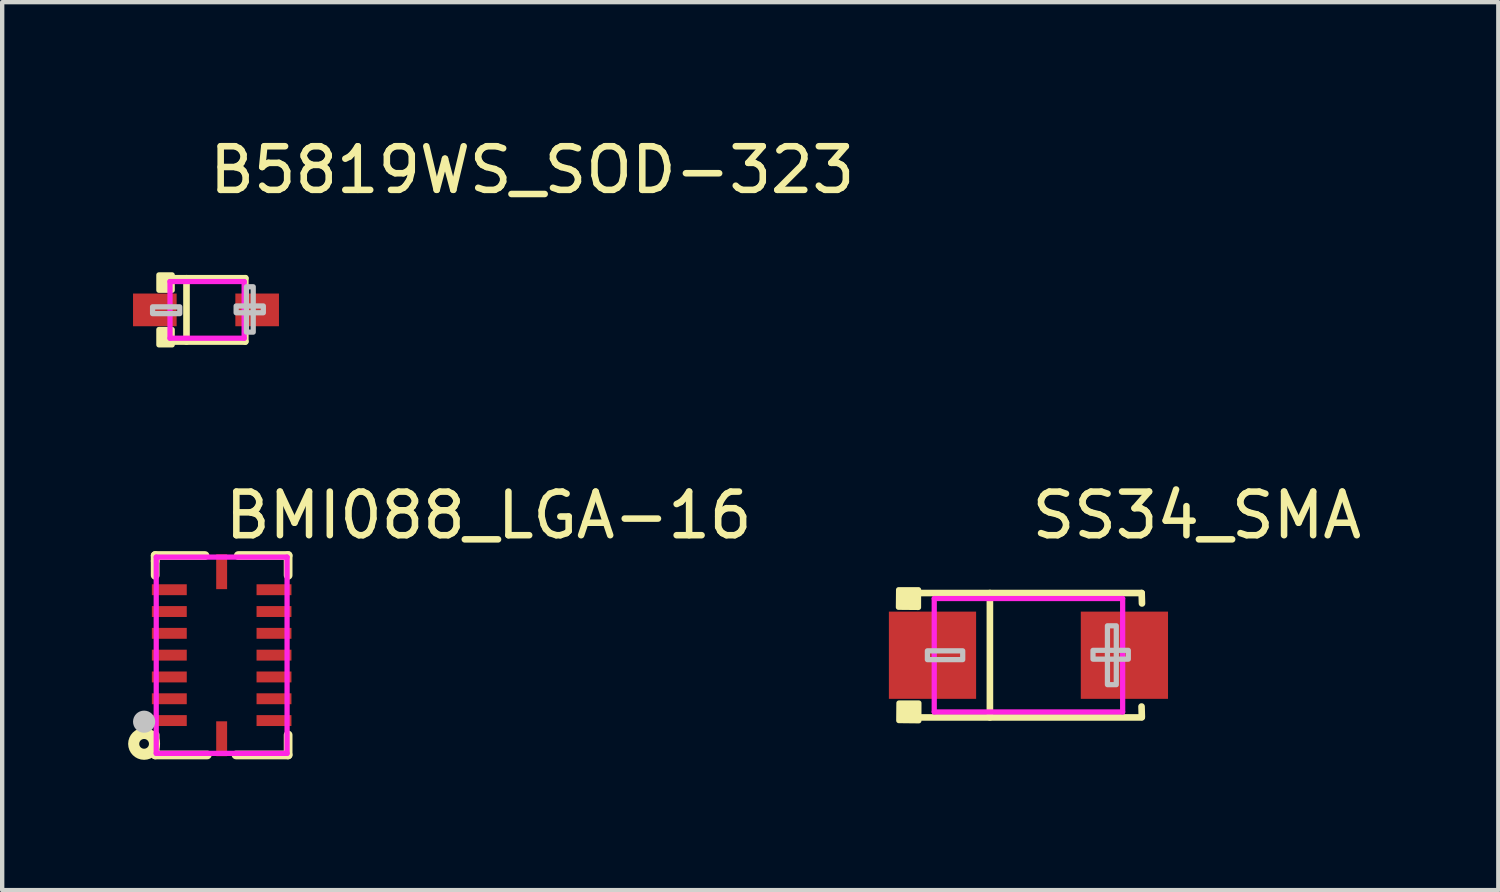
<source format=kicad_pcb>
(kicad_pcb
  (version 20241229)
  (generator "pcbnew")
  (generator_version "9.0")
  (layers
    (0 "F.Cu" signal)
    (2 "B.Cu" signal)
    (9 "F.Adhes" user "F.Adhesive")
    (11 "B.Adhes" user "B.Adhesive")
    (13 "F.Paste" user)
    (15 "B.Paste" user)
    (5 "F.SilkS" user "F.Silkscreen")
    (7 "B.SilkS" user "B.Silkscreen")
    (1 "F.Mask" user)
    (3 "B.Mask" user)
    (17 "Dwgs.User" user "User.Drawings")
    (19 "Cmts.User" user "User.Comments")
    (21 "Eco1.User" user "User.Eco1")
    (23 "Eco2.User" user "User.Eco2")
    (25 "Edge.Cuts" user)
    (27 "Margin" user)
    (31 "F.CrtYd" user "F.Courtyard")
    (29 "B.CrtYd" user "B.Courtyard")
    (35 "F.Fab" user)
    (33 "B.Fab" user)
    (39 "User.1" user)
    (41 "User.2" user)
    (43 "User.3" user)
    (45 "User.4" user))
  (footprint "B5819WS_SOD-323"
    (layer "F.Cu")
    (at 1.673 4.055)
    (property "Reference" "B5819WS_SOD-323" (at 0 -3.207 0) (layer "F.SilkS") (effects (font (size 1 1) (thickness 0.15)) (justify left)))
    (attr through_hole)
    (fp_line (start -0.851 -0.726) (end 0.901 -0.726) (stroke (width 0.152) (type solid)) (layer "F.SilkS"))
    (fp_line (start -0.851 0.726) (end 0.901 0.726) (stroke (width 0.152) (type solid)) (layer "F.SilkS"))
    (fp_line (start -0.447 -0.726) (end -0.447 0.726) (stroke (width 0.152) (type solid)) (layer "F.SilkS"))
    (fp_line (start 0.901 -0.726) (end 0.901 -0.53) (stroke (width 0.152) (type solid)) (layer "F.SilkS"))
    (fp_line (start 0.901 0.726) (end 0.901 0.52) (stroke (width 0.152) (type solid)) (layer "F.SilkS"))
    (fp_poly (pts (xy -0.775 -0.802) (xy -0.775 -0.45) (xy -1.08 -0.45) (xy -1.08 -0.802)) (stroke (width 0.12) (type solid)) (fill yes) (layer "F.SilkS"))
    (fp_poly (pts (xy -0.775 0.802) (xy -0.775 0.45) (xy -1.08 0.45) (xy -1.08 0.802)) (stroke (width 0.12) (type solid)) (fill yes) (layer "F.SilkS"))
    (fp_poly (pts (xy -1.225 -0.07) (xy -1.225 0.086) (xy -0.601 0.086) (xy -0.601 -0.07)) (stroke (width 0.12) (type solid)) (fill no) (layer "Dwgs.User"))
    (fp_poly (pts (xy 1.083 -0.53) (xy 1.083 0.51) (xy 0.927 0.51) (xy 0.927 -0.53)) (stroke (width 0.12) (type solid)) (fill no) (layer "Dwgs.User"))
    (fp_poly (pts (xy 1.315 -0.09) (xy 1.315 0.066) (xy 0.691 0.066) (xy 0.691 -0.09)) (stroke (width 0.12) (type solid)) (fill no) (layer "Dwgs.User"))
    (fp_line (start -0.935 -0.16) (end -0.815 -0.16) (stroke (width 0.12) (type solid)) (layer "Eco2.User"))
    (fp_line (start -0.935 0.16) (end -0.935 -0.16) (stroke (width 0.12) (type solid)) (layer "Eco2.User"))
    (fp_line (start -0.815 -0.16) (end -0.815 0.16) (stroke (width 0.12) (type solid)) (layer "Eco2.User"))
    (fp_line (start -0.815 0.16) (end -0.935 0.16) (stroke (width 0.12) (type solid)) (layer "Eco2.User"))
    (fp_line (start 0.865 -0.16) (end 0.985 -0.16) (stroke (width 0.12) (type solid)) (layer "Eco2.User"))
    (fp_line (start 0.865 0.16) (end 0.865 -0.16) (stroke (width 0.12) (type solid)) (layer "Eco2.User"))
    (fp_line (start 0.985 -0.16) (end 0.985 0.16) (stroke (width 0.12) (type solid)) (layer "Eco2.User"))
    (fp_line (start 0.985 0.16) (end 0.865 0.16) (stroke (width 0.12) (type solid)) (layer "Eco2.User"))
    (fp_circle (center -1.225 0.65) (end -1.195 0.65) (stroke (width 0.06) (type solid)) (fill no) (layer "Eco2.User"))
    (fp_poly (pts (xy -0.925 -0.16) (xy -0.925 0.16) (xy -1.225 0.16) (xy -1.225 -0.16)) (stroke (width 0.12) (type solid)) (fill no) (layer "Eco2.User"))
    (fp_poly (pts (xy 1.275 -0.16) (xy 1.275 0.16) (xy 0.975 0.16) (xy 0.975 -0.16)) (stroke (width 0.12) (type solid)) (fill no) (layer "Eco2.User"))
    (fp_line (start -0.825 -0.65) (end 0.875 -0.65) (stroke (width 0.12) (type solid)) (layer "F.CrtYd"))
    (fp_line (start -0.825 0.65) (end -0.825 -0.65) (stroke (width 0.12) (type solid)) (layer "F.CrtYd"))
    (fp_line (start 0.875 -0.65) (end 0.875 0.65) (stroke (width 0.12) (type solid)) (layer "F.CrtYd"))
    (fp_line (start 0.875 0.65) (end -0.825 0.65) (stroke (width 0.12) (type solid)) (layer "F.CrtYd"))
    (pad "1" smd rect (at -1.173 0) (size 1 0.75) (layers "F.Cu" "F.Mask" "F.Paste"))
    (pad "2" smd rect (at 1.173 0) (size 1 0.75) (layers "F.Cu" "F.Mask" "F.Paste")))
  (footprint "SS34_SMA"
    (layer "F.Cu")
    (at 20.53 11.973)
    (property "Reference" "SS34_SMA" (at 0 -3.207 0) (layer "F.SilkS") (effects (font (size 1 1) (thickness 0.15)) (justify left)))
    (attr through_hole)
    (fp_line (start -2.596 -1.426) (end 2.596 -1.426) (stroke (width 0.152) (type solid)) (layer "F.SilkS"))
    (fp_line (start -2.596 1.426) (end 2.596 1.426) (stroke (width 0.152) (type solid)) (layer "F.SilkS"))
    (fp_line (start -0.884 -1.426) (end -0.884 1.426) (stroke (width 0.152) (type solid)) (layer "F.SilkS"))
    (fp_line (start 2.593 1.176) (end 2.6 1.415) (stroke (width 0.152) (type solid)) (layer "F.SilkS"))
    (fp_line (start 2.596 -1.426) (end 2.603 -1.187) (stroke (width 0.152) (type solid)) (layer "F.SilkS"))
    (fp_poly (pts (xy -2.52 -1.502) (xy -2.521 -1.096) (xy -2.981 -1.1) (xy -2.977 -1.502)) (stroke (width 0.12) (type solid)) (fill yes) (layer "F.SilkS"))
    (fp_poly (pts (xy -2.512 1.096) (xy -2.513 1.503) (xy -2.973 1.498) (xy -2.969 1.096)) (stroke (width 0.12) (type solid)) (fill yes) (layer "F.SilkS"))
    (fp_poly (pts (xy -2.317 0.101) (xy -2.317 -0.101) (xy -1.507 -0.101) (xy -1.507 0.101)) (stroke (width 0.12) (type solid)) (fill no) (layer "Dwgs.User"))
    (fp_poly (pts (xy 2.014 0.675) (xy 2.014 -0.675) (xy 1.811 -0.675) (xy 1.811 0.675)) (stroke (width 0.12) (type solid)) (fill no) (layer "Dwgs.User"))
    (fp_poly (pts (xy 2.29 0.09) (xy 2.29 -0.112) (xy 1.48 -0.112) (xy 1.48 0.09)) (stroke (width 0.12) (type solid)) (fill no) (layer "Dwgs.User"))
    (fp_circle (center -2.605 1.3) (end -2.575 1.3) (stroke (width 0.06) (type solid)) (fill no) (layer "Eco2.User"))
    (fp_poly (pts (xy -1.48 -0.725) (xy -1.48 0.725) (xy -2.605 0.725) (xy -2.605 -0.725)) (stroke (width 0.12) (type solid)) (fill no) (layer "Eco2.User"))
    (fp_poly (pts (xy 2.605 -0.725) (xy 2.605 0.725) (xy 1.48 0.725) (xy 1.48 -0.725)) (stroke (width 0.12) (type solid)) (fill no) (layer "Eco2.User"))
    (fp_line (start -2.16 -1.3) (end 2.16 -1.3) (stroke (width 0.12) (type solid)) (layer "F.CrtYd"))
    (fp_line (start -2.16 1.3) (end -2.16 -1.3) (stroke (width 0.12) (type solid)) (layer "F.CrtYd"))
    (fp_line (start 2.16 -1.3) (end 2.16 1.3) (stroke (width 0.12) (type solid)) (layer "F.CrtYd"))
    (fp_line (start 2.16 1.3) (end -2.16 1.3) (stroke (width 0.12) (type solid)) (layer "F.CrtYd"))
    (pad "1" smd rect (at -2.2 0 180) (size 2 2) (layers "F.Cu" "F.Mask" "F.Paste"))
    (pad "2" smd rect (at 2.2 0 180) (size 2 2) (layers "F.Cu" "F.Mask" "F.Paste")))
  (footprint "BMI088_LGA-16"
    (layer "F.Cu")
    (at 2.032 11.973)
    (property "Reference" "BMI088_LGA-16" (at 0 -3.207 0) (layer "F.SilkS") (effects (font (size 1 1) (thickness 0.15)) (justify left)))
    (attr through_hole)
    (fp_line (start -1.524 -2.286) (end -0.381 -2.286) (stroke (width 0.2) (type solid)) (layer "F.SilkS"))
    (fp_line (start -1.524 -2.159) (end -1.524 -2.286) (stroke (width 0.2) (type solid)) (layer "F.SilkS"))
    (fp_line (start -1.524 -1.831) (end -1.524 -2.159) (stroke (width 0.2) (type solid)) (layer "F.SilkS"))
    (fp_line (start -1.524 2.286) (end -1.524 1.827) (stroke (width 0.2) (type solid)) (layer "F.SilkS"))
    (fp_line (start -0.329 2.286) (end -1.524 2.286) (stroke (width 0.2) (type solid)) (layer "F.SilkS"))
    (fp_line (start 0.381 -2.286) (end 1.524 -2.286) (stroke (width 0.2) (type solid)) (layer "F.SilkS"))
    (fp_line (start 1.524 -2.286) (end 1.524 -1.831) (stroke (width 0.2) (type solid)) (layer "F.SilkS"))
    (fp_line (start 1.524 1.827) (end 1.524 2.286) (stroke (width 0.2) (type solid)) (layer "F.SilkS"))
    (fp_line (start 1.524 2.286) (end 0.329 2.286) (stroke (width 0.2) (type solid)) (layer "F.SilkS"))
    (fp_circle (center -1.778 2.032) (end -1.666 2.032) (stroke (width 0.254) (type solid)) (fill no) (layer "F.SilkS"))
    (fp_circle (center -1.778 1.524) (end -1.651 1.524) (stroke (width 0.254) (type solid)) (fill no) (layer "Dwgs.User"))
    (fp_circle (center -1.5 2.25) (end -1.47 2.25) (stroke (width 0.06) (type solid)) (fill no) (layer "Eco2.User"))
    (fp_poly (pts (xy -0.9 -1.602) (xy -0.9 -1.402) (xy -1.4 -1.402) (xy -1.4 -1.602)) (stroke (width 0.12) (type solid)) (fill no) (layer "Eco2.User"))
    (fp_poly (pts (xy -0.9 -1.102) (xy -0.9 -0.902) (xy -1.4 -0.902) (xy -1.4 -1.102)) (stroke (width 0.12) (type solid)) (fill no) (layer "Eco2.User"))
    (fp_poly (pts (xy -0.9 -0.602) (xy -0.9 -0.402) (xy -1.4 -0.402) (xy -1.4 -0.602)) (stroke (width 0.12) (type solid)) (fill no) (layer "Eco2.User"))
    (fp_poly (pts (xy -0.9 -0.102) (xy -0.9 0.098) (xy -1.4 0.098) (xy -1.4 -0.102)) (stroke (width 0.12) (type solid)) (fill no) (layer "Eco2.User"))
    (fp_poly (pts (xy -0.9 0.398) (xy -0.9 0.598) (xy -1.4 0.598) (xy -1.4 0.398)) (stroke (width 0.12) (type solid)) (fill no) (layer "Eco2.User"))
    (fp_poly (pts (xy -0.9 0.898) (xy -0.9 1.098) (xy -1.4 1.098) (xy -1.4 0.898)) (stroke (width 0.12) (type solid)) (fill no) (layer "Eco2.User"))
    (fp_poly (pts (xy -0.9 1.398) (xy -0.9 1.598) (xy -1.4 1.598) (xy -1.4 1.398)) (stroke (width 0.12) (type solid)) (fill no) (layer "Eco2.User"))
    (fp_poly (pts (xy -0.1 1.65) (xy 0.1 1.65) (xy 0.1 2.15) (xy -0.1 2.15)) (stroke (width 0.12) (type solid)) (fill no) (layer "Eco2.User"))
    (fp_poly (pts (xy 0.1 -1.65) (xy -0.1 -1.65) (xy -0.1 -2.15) (xy 0.1 -2.15)) (stroke (width 0.12) (type solid)) (fill no) (layer "Eco2.User"))
    (fp_poly (pts (xy 0.9 -1.402) (xy 0.9 -1.602) (xy 1.4 -1.602) (xy 1.4 -1.402)) (stroke (width 0.12) (type solid)) (fill no) (layer "Eco2.User"))
    (fp_poly (pts (xy 0.9 -0.902) (xy 0.9 -1.102) (xy 1.4 -1.102) (xy 1.4 -0.902)) (stroke (width 0.12) (type solid)) (fill no) (layer "Eco2.User"))
    (fp_poly (pts (xy 0.9 -0.402) (xy 0.9 -0.602) (xy 1.4 -0.602) (xy 1.4 -0.402)) (stroke (width 0.12) (type solid)) (fill no) (layer "Eco2.User"))
    (fp_poly (pts (xy 0.9 0.098) (xy 0.9 -0.102) (xy 1.4 -0.102) (xy 1.4 0.098)) (stroke (width 0.12) (type solid)) (fill no) (layer "Eco2.User"))
    (fp_poly (pts (xy 0.9 0.598) (xy 0.9 0.398) (xy 1.4 0.398) (xy 1.4 0.598)) (stroke (width 0.12) (type solid)) (fill no) (layer "Eco2.User"))
    (fp_poly (pts (xy 0.9 1.098) (xy 0.9 0.898) (xy 1.4 0.898) (xy 1.4 1.098)) (stroke (width 0.12) (type solid)) (fill no) (layer "Eco2.User"))
    (fp_poly (pts (xy 0.9 1.598) (xy 0.9 1.398) (xy 1.4 1.398) (xy 1.4 1.598)) (stroke (width 0.12) (type solid)) (fill no) (layer "Eco2.User"))
    (fp_line (start -1.5 -2.25) (end 1.5 -2.25) (stroke (width 0.12) (type solid)) (layer "F.CrtYd"))
    (fp_line (start -1.5 2.25) (end -1.5 -2.25) (stroke (width 0.12) (type solid)) (layer "F.CrtYd"))
    (fp_line (start 1.5 -2.25) (end 1.5 2.25) (stroke (width 0.12) (type solid)) (layer "F.CrtYd"))
    (fp_line (start 1.5 2.25) (end -1.5 2.25) (stroke (width 0.12) (type solid)) (layer "F.CrtYd"))
    (pad "1" smd rect (at -1.2 1.498 90) (size 0.25 0.8) (layers "F.Cu" "F.Mask" "F.Paste"))
    (pad "2" smd rect (at -1.2 0.998 90) (size 0.25 0.8) (layers "F.Cu" "F.Mask" "F.Paste"))
    (pad "3" smd rect (at -1.2 0.498 90) (size 0.25 0.8) (layers "F.Cu" "F.Mask" "F.Paste"))
    (pad "4" smd rect (at -1.2 -0.002 90) (size 0.25 0.8) (layers "F.Cu" "F.Mask" "F.Paste"))
    (pad "5" smd rect (at -1.2 -0.502 90) (size 0.25 0.8) (layers "F.Cu" "F.Mask" "F.Paste"))
    (pad "6" smd rect (at -1.2 -1.002 90) (size 0.25 0.8) (layers "F.Cu" "F.Mask" "F.Paste"))
    (pad "7" smd rect (at -1.2 -1.502 90) (size 0.25 0.8) (layers "F.Cu" "F.Mask" "F.Paste"))
    (pad "8" smd rect (at 0 -1.915 180) (size 0.25 0.8) (layers "F.Cu" "F.Mask" "F.Paste"))
    (pad "9" smd rect (at 1.2 -1.502 270) (size 0.25 0.8) (layers "F.Cu" "F.Mask" "F.Paste"))
    (pad "10" smd rect (at 1.2 -1.002 270) (size 0.25 0.8) (layers "F.Cu" "F.Mask" "F.Paste"))
    (pad "11" smd rect (at 1.2 -0.502 270) (size 0.25 0.8) (layers "F.Cu" "F.Mask" "F.Paste"))
    (pad "12" smd rect (at 1.2 -0.002 270) (size 0.25 0.8) (layers "F.Cu" "F.Mask" "F.Paste"))
    (pad "13" smd rect (at 1.2 0.498 270) (size 0.25 0.8) (layers "F.Cu" "F.Mask" "F.Paste"))
    (pad "14" smd rect (at 1.2 0.998 270) (size 0.25 0.8) (layers "F.Cu" "F.Mask" "F.Paste"))
    (pad "15" smd rect (at 1.2 1.498 270) (size 0.25 0.8) (layers "F.Cu" "F.Mask" "F.Paste"))
    (pad "16" smd rect (at 0 1.915) (size 0.25 0.8) (layers "F.Cu" "F.Mask" "F.Paste")))
  (gr_rect
    (start -3 -3)
    (end 31.303 17.358)
    (stroke (width 0.1) (type default))
    (fill no)
    (layer "Edge.Cuts")))
</source>
